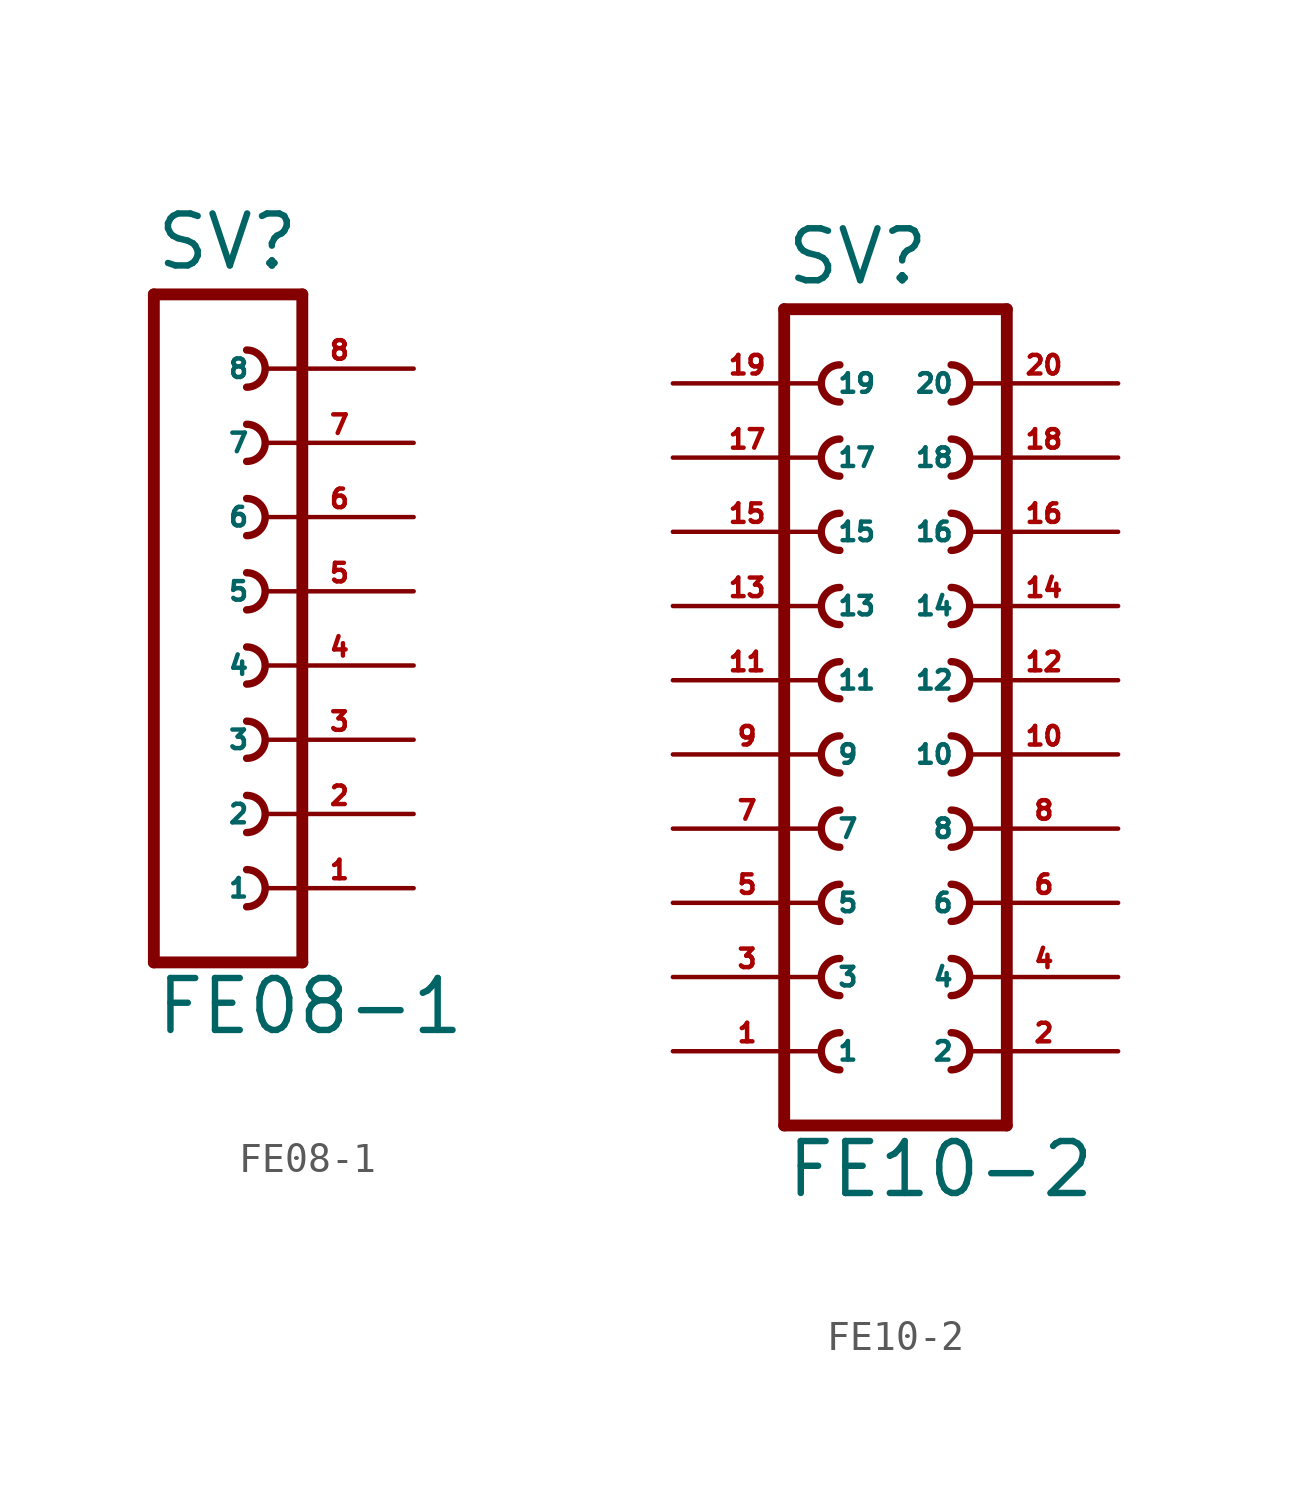
<source format=kicad_sym>
(kicad_symbol_lib
  (version 20220914)
  (generator Eagle2Kicad)
  (symbol "FE08-1"
    (property "Reference" "SV"
      (at -1.27 13.462 0)
      (effects (font (size 1.778 1.778) (thickness 0.22)) (justify left bottom)))
    (property "Value" "FE08-1"
      (at -1.27 -12.7 0)
      (effects (font (size 1.778 1.778) (thickness 0.22)) (justify left bottom)))
    (polyline
      (pts (xy 3.81 -10.16) (xy -1.27 -10.16))
      (stroke (width 0.406) (type default))
      (fill (type none)))
    (arc
      (start 1.905 -3.175)
      (mid 2.540 -2.540)
      (end 1.905 -1.905)
      (stroke (width 0.254) (type default))
      (fill (type none)))
    (arc
      (start 1.905 -5.715)
      (mid 2.540 -5.080)
      (end 1.905 -4.445)
      (stroke (width 0.254) (type default))
      (fill (type none)))
    (arc
      (start 1.905 -8.255)
      (mid 2.540 -7.620)
      (end 1.905 -6.985)
      (stroke (width 0.254) (type default))
      (fill (type none)))
    (arc
      (start 1.905 1.905)
      (mid 2.540 2.540)
      (end 1.905 3.175)
      (stroke (width 0.254) (type default))
      (fill (type none)))
    (arc
      (start 1.905 -0.635)
      (mid 2.540 0.000)
      (end 1.905 0.635)
      (stroke (width 0.254) (type default))
      (fill (type none)))
    (arc
      (start 1.905 9.525)
      (mid 2.540 10.160)
      (end 1.905 10.795)
      (stroke (width 0.254) (type default))
      (fill (type none)))
    (arc
      (start 1.905 6.985)
      (mid 2.540 7.620)
      (end 1.905 8.255)
      (stroke (width 0.254) (type default))
      (fill (type none)))
    (arc
      (start 1.905 4.445)
      (mid 2.540 5.080)
      (end 1.905 5.715)
      (stroke (width 0.254) (type default))
      (fill (type none)))
    (polyline
      (pts (xy -1.27 12.7) (xy -1.27 -10.16))
      (stroke (width 0.406) (type default))
      (fill (type none)))
    (polyline
      (pts (xy 3.81 -10.16) (xy 3.81 12.7))
      (stroke (width 0.406) (type default))
      (fill (type none)))
    (polyline
      (pts (xy -1.27 12.7) (xy 3.81 12.7))
      (stroke (width 0.406) (type default))
      (fill (type none)))
    (pin passive line
      (at 7.62 -7.62 180)
      (length 5.08)
      (name "1" (effects (font (size 0.635 0.635) (thickness 0.08)) (justify left bottom)))
      (number "1" (effects (font (size 0.635 0.635) (thickness 0.08)) (justify left bottom))))
    (pin passive line
      (at 7.62 -5.08 180)
      (length 5.08)
      (name "2" (effects (font (size 0.635 0.635) (thickness 0.08)) (justify left bottom)))
      (number "2" (effects (font (size 0.635 0.635) (thickness 0.08)) (justify left bottom))))
    (pin passive line
      (at 7.62 -2.54 180)
      (length 5.08)
      (name "3" (effects (font (size 0.635 0.635) (thickness 0.08)) (justify left bottom)))
      (number "3" (effects (font (size 0.635 0.635) (thickness 0.08)) (justify left bottom))))
    (pin passive line
      (at 7.62 0 180)
      (length 5.08)
      (name "4" (effects (font (size 0.635 0.635) (thickness 0.08)) (justify left bottom)))
      (number "4" (effects (font (size 0.635 0.635) (thickness 0.08)) (justify left bottom))))
    (pin passive line
      (at 7.62 2.54 180)
      (length 5.08)
      (name "5" (effects (font (size 0.635 0.635) (thickness 0.08)) (justify left bottom)))
      (number "5" (effects (font (size 0.635 0.635) (thickness 0.08)) (justify left bottom))))
    (pin passive line
      (at 7.62 5.08 180)
      (length 5.08)
      (name "6" (effects (font (size 0.635 0.635) (thickness 0.08)) (justify left bottom)))
      (number "6" (effects (font (size 0.635 0.635) (thickness 0.08)) (justify left bottom))))
    (pin passive line
      (at 7.62 7.62 180)
      (length 5.08)
      (name "7" (effects (font (size 0.635 0.635) (thickness 0.08)) (justify left bottom)))
      (number "7" (effects (font (size 0.635 0.635) (thickness 0.08)) (justify left bottom))))
    (pin passive line
      (at 7.62 10.16 180)
      (length 5.08)
      (name "8" (effects (font (size 0.635 0.635) (thickness 0.08)) (justify left bottom)))
      (number "8" (effects (font (size 0.635 0.635) (thickness 0.08)) (justify left bottom)))))
  (symbol "FE10-2"
    (property "Reference" "SV"
      (at -3.81 16.002 0)
      (effects (font (size 1.778 1.778) (thickness 0.22)) (justify left bottom)))
    (property "Value" "FE10-2"
      (at -3.81 -15.24 0)
      (effects (font (size 1.778 1.778) (thickness 0.22)) (justify left bottom)))
    (polyline
      (pts (xy 3.81 -12.7) (xy -3.81 -12.7))
      (stroke (width 0.406) (type default))
      (fill (type none)))
    (arc
      (start -1.905 -4.445)
      (mid -2.540 -5.080)
      (end -1.905 -5.715)
      (stroke (width 0.254) (type default))
      (fill (type none)))
    (arc
      (start -1.905 -6.985)
      (mid -2.540 -7.620)
      (end -1.905 -8.255)
      (stroke (width 0.254) (type default))
      (fill (type none)))
    (arc
      (start -1.905 -9.525)
      (mid -2.540 -10.160)
      (end -1.905 -10.795)
      (stroke (width 0.254) (type default))
      (fill (type none)))
    (arc
      (start 1.905 -5.715)
      (mid 2.540 -5.080)
      (end 1.905 -4.445)
      (stroke (width 0.254) (type default))
      (fill (type none)))
    (arc
      (start 1.905 -8.255)
      (mid 2.540 -7.620)
      (end 1.905 -6.985)
      (stroke (width 0.254) (type default))
      (fill (type none)))
    (arc
      (start 1.905 -10.795)
      (mid 2.540 -10.160)
      (end 1.905 -9.525)
      (stroke (width 0.254) (type default))
      (fill (type none)))
    (arc
      (start -1.905 0.635)
      (mid -2.540 0.000)
      (end -1.905 -0.635)
      (stroke (width 0.254) (type default))
      (fill (type none)))
    (arc
      (start -1.905 -1.905)
      (mid -2.540 -2.540)
      (end -1.905 -3.175)
      (stroke (width 0.254) (type default))
      (fill (type none)))
    (arc
      (start 1.905 -0.635)
      (mid 2.540 0.000)
      (end 1.905 0.635)
      (stroke (width 0.254) (type default))
      (fill (type none)))
    (arc
      (start 1.905 -3.175)
      (mid 2.540 -2.540)
      (end 1.905 -1.905)
      (stroke (width 0.254) (type default))
      (fill (type none)))
    (arc
      (start -1.905 8.255)
      (mid -2.540 7.620)
      (end -1.905 6.985)
      (stroke (width 0.254) (type default))
      (fill (type none)))
    (arc
      (start -1.905 5.715)
      (mid -2.540 5.080)
      (end -1.905 4.445)
      (stroke (width 0.254) (type default))
      (fill (type none)))
    (arc
      (start -1.905 3.175)
      (mid -2.540 2.540)
      (end -1.905 1.905)
      (stroke (width 0.254) (type default))
      (fill (type none)))
    (arc
      (start 1.905 6.985)
      (mid 2.540 7.620)
      (end 1.905 8.255)
      (stroke (width 0.254) (type default))
      (fill (type none)))
    (arc
      (start 1.905 4.445)
      (mid 2.540 5.080)
      (end 1.905 5.715)
      (stroke (width 0.254) (type default))
      (fill (type none)))
    (arc
      (start 1.905 1.905)
      (mid 2.540 2.540)
      (end 1.905 3.175)
      (stroke (width 0.254) (type default))
      (fill (type none)))
    (polyline
      (pts (xy -3.81 15.24) (xy -3.81 -12.7))
      (stroke (width 0.406) (type default))
      (fill (type none)))
    (polyline
      (pts (xy 3.81 -12.7) (xy 3.81 15.24))
      (stroke (width 0.406) (type default))
      (fill (type none)))
    (polyline
      (pts (xy -3.81 15.24) (xy 3.81 15.24))
      (stroke (width 0.406) (type default))
      (fill (type none)))
    (arc
      (start -1.905 13.335)
      (mid -2.540 12.700)
      (end -1.905 12.065)
      (stroke (width 0.254) (type default))
      (fill (type none)))
    (arc
      (start -1.905 10.795)
      (mid -2.540 10.160)
      (end -1.905 9.525)
      (stroke (width 0.254) (type default))
      (fill (type none)))
    (arc
      (start 1.905 12.065)
      (mid 2.540 12.700)
      (end 1.905 13.335)
      (stroke (width 0.254) (type default))
      (fill (type none)))
    (arc
      (start 1.905 9.525)
      (mid 2.540 10.160)
      (end 1.905 10.795)
      (stroke (width 0.254) (type default))
      (fill (type none)))
    (pin passive line
      (at -7.62 -10.16 0)
      (length 5.08)
      (name "1" (effects (font (size 0.635 0.635) (thickness 0.08)) (justify left bottom)))
      (number "1" (effects (font (size 0.635 0.635) (thickness 0.08)) (justify left bottom))))
    (pin passive line
      (at -7.62 -7.62 0)
      (length 5.08)
      (name "3" (effects (font (size 0.635 0.635) (thickness 0.08)) (justify left bottom)))
      (number "3" (effects (font (size 0.635 0.635) (thickness 0.08)) (justify left bottom))))
    (pin passive line
      (at -7.62 -5.08 0)
      (length 5.08)
      (name "5" (effects (font (size 0.635 0.635) (thickness 0.08)) (justify left bottom)))
      (number "5" (effects (font (size 0.635 0.635) (thickness 0.08)) (justify left bottom))))
    (pin passive line
      (at 7.62 -10.16 180)
      (length 5.08)
      (name "2" (effects (font (size 0.635 0.635) (thickness 0.08)) (justify left bottom)))
      (number "2" (effects (font (size 0.635 0.635) (thickness 0.08)) (justify left bottom))))
    (pin passive line
      (at 7.62 -7.62 180)
      (length 5.08)
      (name "4" (effects (font (size 0.635 0.635) (thickness 0.08)) (justify left bottom)))
      (number "4" (effects (font (size 0.635 0.635) (thickness 0.08)) (justify left bottom))))
    (pin passive line
      (at 7.62 -5.08 180)
      (length 5.08)
      (name "6" (effects (font (size 0.635 0.635) (thickness 0.08)) (justify left bottom)))
      (number "6" (effects (font (size 0.635 0.635) (thickness 0.08)) (justify left bottom))))
    (pin passive line
      (at -7.62 -2.54 0)
      (length 5.08)
      (name "7" (effects (font (size 0.635 0.635) (thickness 0.08)) (justify left bottom)))
      (number "7" (effects (font (size 0.635 0.635) (thickness 0.08)) (justify left bottom))))
    (pin passive line
      (at -7.62 0 0)
      (length 5.08)
      (name "9" (effects (font (size 0.635 0.635) (thickness 0.08)) (justify left bottom)))
      (number "9" (effects (font (size 0.635 0.635) (thickness 0.08)) (justify left bottom))))
    (pin passive line
      (at 7.62 -2.54 180)
      (length 5.08)
      (name "8" (effects (font (size 0.635 0.635) (thickness 0.08)) (justify left bottom)))
      (number "8" (effects (font (size 0.635 0.635) (thickness 0.08)) (justify left bottom))))
    (pin passive line
      (at 7.62 0 180)
      (length 5.08)
      (name "10" (effects (font (size 0.635 0.635) (thickness 0.08)) (justify left bottom)))
      (number "10" (effects (font (size 0.635 0.635) (thickness 0.08)) (justify left bottom))))
    (pin passive line
      (at -7.62 2.54 0)
      (length 5.08)
      (name "11" (effects (font (size 0.635 0.635) (thickness 0.08)) (justify left bottom)))
      (number "11" (effects (font (size 0.635 0.635) (thickness 0.08)) (justify left bottom))))
    (pin passive line
      (at -7.62 5.08 0)
      (length 5.08)
      (name "13" (effects (font (size 0.635 0.635) (thickness 0.08)) (justify left bottom)))
      (number "13" (effects (font (size 0.635 0.635) (thickness 0.08)) (justify left bottom))))
    (pin passive line
      (at -7.62 7.62 0)
      (length 5.08)
      (name "15" (effects (font (size 0.635 0.635) (thickness 0.08)) (justify left bottom)))
      (number "15" (effects (font (size 0.635 0.635) (thickness 0.08)) (justify left bottom))))
    (pin passive line
      (at 7.62 2.54 180)
      (length 5.08)
      (name "12" (effects (font (size 0.635 0.635) (thickness 0.08)) (justify left bottom)))
      (number "12" (effects (font (size 0.635 0.635) (thickness 0.08)) (justify left bottom))))
    (pin passive line
      (at 7.62 5.08 180)
      (length 5.08)
      (name "14" (effects (font (size 0.635 0.635) (thickness 0.08)) (justify left bottom)))
      (number "14" (effects (font (size 0.635 0.635) (thickness 0.08)) (justify left bottom))))
    (pin passive line
      (at 7.62 7.62 180)
      (length 5.08)
      (name "16" (effects (font (size 0.635 0.635) (thickness 0.08)) (justify left bottom)))
      (number "16" (effects (font (size 0.635 0.635) (thickness 0.08)) (justify left bottom))))
    (pin passive line
      (at -7.62 10.16 0)
      (length 5.08)
      (name "17" (effects (font (size 0.635 0.635) (thickness 0.08)) (justify left bottom)))
      (number "17" (effects (font (size 0.635 0.635) (thickness 0.08)) (justify left bottom))))
    (pin passive line
      (at -7.62 12.7 0)
      (length 5.08)
      (name "19" (effects (font (size 0.635 0.635) (thickness 0.08)) (justify left bottom)))
      (number "19" (effects (font (size 0.635 0.635) (thickness 0.08)) (justify left bottom))))
    (pin passive line
      (at 7.62 10.16 180)
      (length 5.08)
      (name "18" (effects (font (size 0.635 0.635) (thickness 0.08)) (justify left bottom)))
      (number "18" (effects (font (size 0.635 0.635) (thickness 0.08)) (justify left bottom))))
    (pin passive line
      (at 7.62 12.7 180)
      (length 5.08)
      (name "20" (effects (font (size 0.635 0.635) (thickness 0.08)) (justify left bottom)))
      (number "20" (effects (font (size 0.635 0.635) (thickness 0.08)) (justify left bottom))))))
</source>
